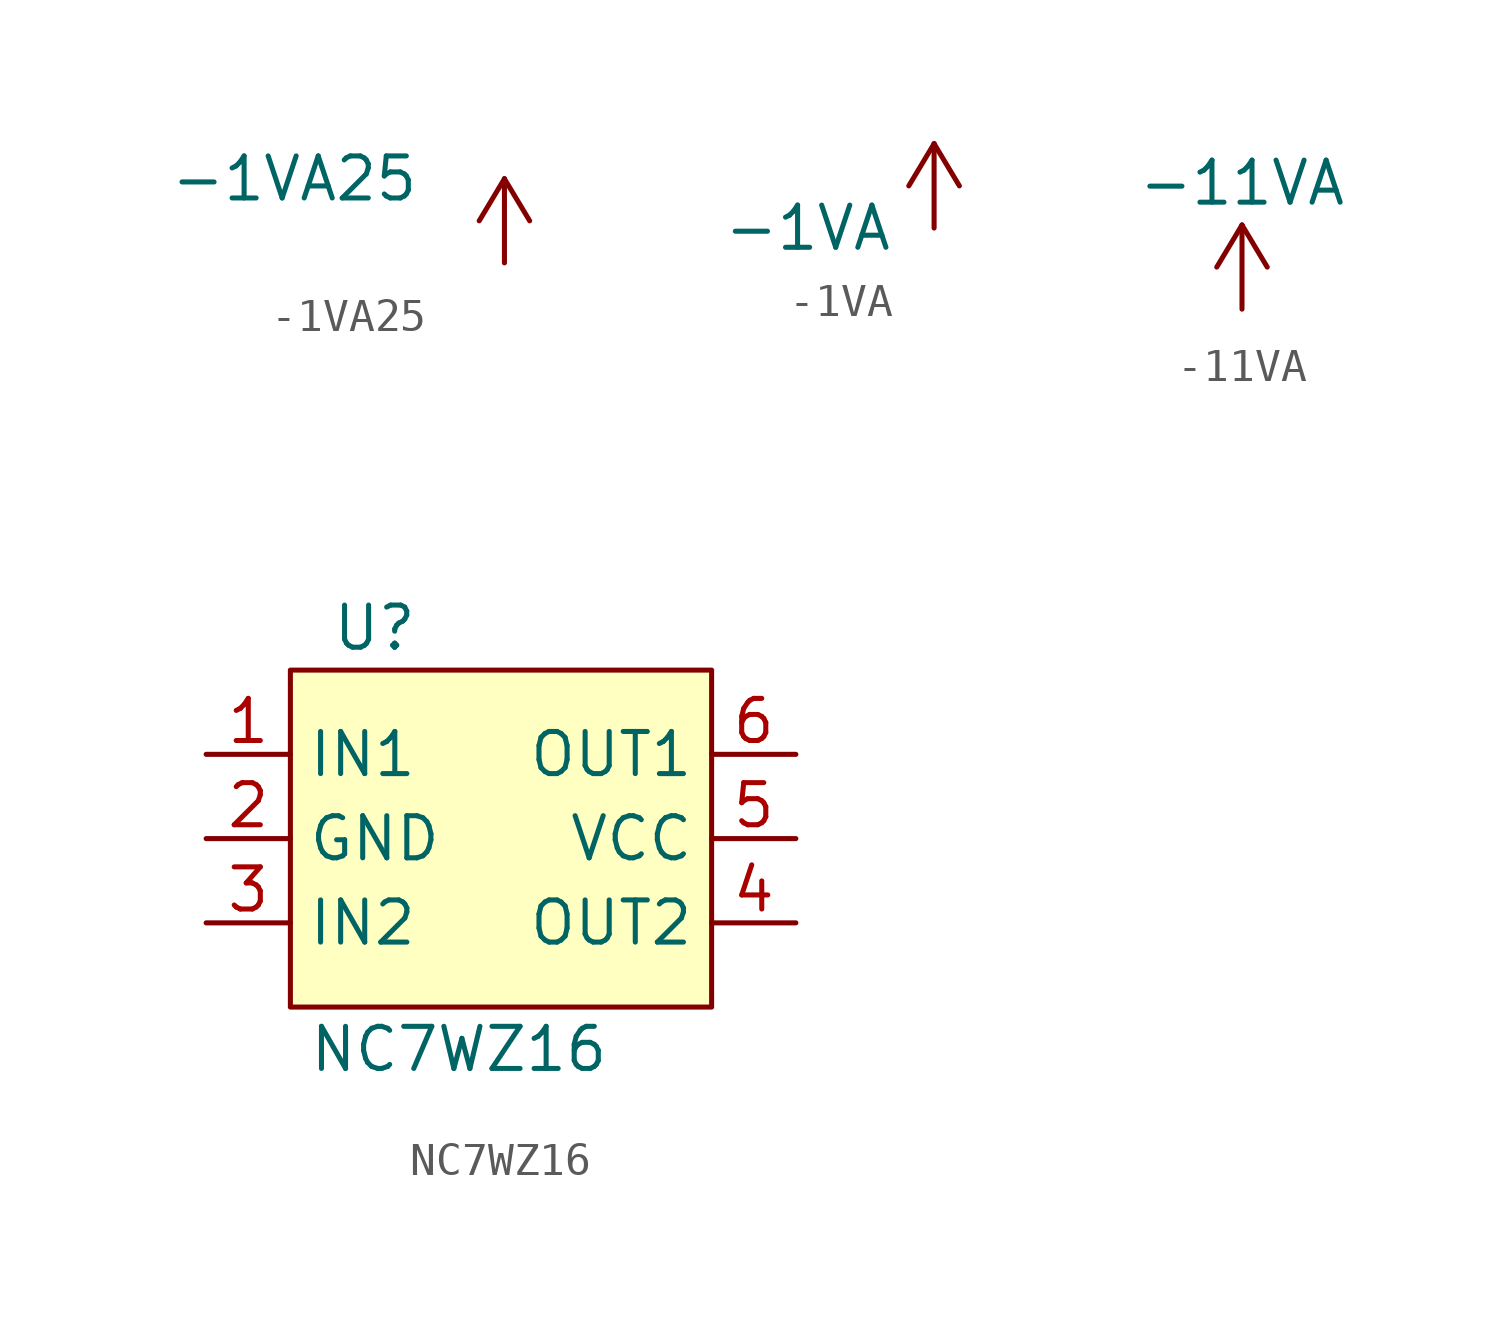
<source format=kicad_sym>
(kicad_symbol_lib
  (version 20231120)
  (generator "kicad_symbol_editor")
  (generator_version "8.0")
  (symbol "-1VA25"
    (power)
    (property "Reference" "#PWR"
      (at -5.08 0 0)
      (effects (font (size 1.27 1.27)) (hide yes)))
    (property "Value" "-1VA25"
      (at -6.35 2.54 0)
      (effects (font (size 1.27 1.27))))
    (symbol "-1VA25_0_1"
      (polyline (pts (xy -0.762 1.27) (xy 0 2.54)) (stroke (width 0) (type default)) (fill (type none)))
      (polyline (pts (xy 0 0) (xy 0 2.54)) (stroke (width 0) (type default)) (fill (type none)))
      (polyline (pts (xy 0 2.54) (xy 0.762 1.27)) (stroke (width 0) (type default)) (fill (type none))))
    (symbol "-1VA25_1_1"
      (pin power_in line (at 0 0 90) (length 0) hide (name "-1VA25" (effects (font (size 1.27 1.27)))) (number "1" (effects (font (size 1.27 1.27)))))))
  (symbol "-1VA"
    (property "Reference" "#PWR"
      (at 5.08 1.27 0)
      (effects (font (size 1.27 1.27)) (hide yes)))
    (property "Value" "-1VA"
      (at -3.81 0 0)
      (effects (font (size 1.27 1.27))))
    (symbol "-1VA_0_1"
      (polyline (pts (xy -0.762 1.27) (xy 0 2.54)) (stroke (width 0) (type default)) (fill (type none)))
      (polyline (pts (xy 0 0) (xy 0 2.54)) (stroke (width 0) (type default)) (fill (type none)))
      (polyline (pts (xy 0 2.54) (xy 0.762 1.27)) (stroke (width 0) (type default)) (fill (type none))))
    (symbol "-1VA_1_1"
      (pin power_in line (at 0 0 90) (length 0) hide (name "-1VA" (effects (font (size 1.27 1.27)))) (number "1" (effects (font (size 1.27 1.27)))))))
  (symbol "-11VA"
    (power)
    (property "Reference" "#PWR"
      (at -5.08 0 0)
      (effects (font (size 1.27 1.27)) (hide yes)))
    (property "Value" "-11VA"
      (at 0 3.81 0)
      (effects (font (size 1.27 1.27))))
    (symbol "-11VA_0_1"
      (polyline (pts (xy -0.762 1.27) (xy 0 2.54)) (stroke (width 0) (type default)) (fill (type none)))
      (polyline (pts (xy 0 0) (xy 0 2.54)) (stroke (width 0) (type default)) (fill (type none)))
      (polyline (pts (xy 0 2.54) (xy 0.762 1.27)) (stroke (width 0) (type default)) (fill (type none))))
    (symbol "-11VA_1_1"
      (pin power_in line (at 0 0 90) (length 0) hide (name "-11VA" (effects (font (size 1.27 1.27)))) (number "1" (effects (font (size 1.27 1.27)))))))
  (symbol "NC7WZ16"
    (property "Reference" "U"
      (at 0 3.81 0)
      (effects (font (size 1.27 1.27))))
    (property "Value" "NC7WZ16"
      (at 2.54 -8.89 0)
      (effects (font (size 1.27 1.27))))
    (symbol "NC7WZ16_1_1"
      (rectangle (start -2.54 2.54) (end 10.16 -7.62) (stroke (width 0) (type default)) (fill (type background)))
      (pin input line (at -5.08 0 0) (length 2.54) (name "IN1" (effects (font (size 1.27 1.27)))) (number "1" (effects (font (size 1.27 1.27)))))
      (pin power_in line (at -5.08 -2.54 0) (length 2.54) (name "GND" (effects (font (size 1.27 1.27)))) (number "2" (effects (font (size 1.27 1.27)))))
      (pin input line (at -5.08 -5.08 0) (length 2.54) (name "IN2" (effects (font (size 1.27 1.27)))) (number "3" (effects (font (size 1.27 1.27)))))
      (pin output line (at 12.7 -5.08 180) (length 2.54) (name "OUT2" (effects (font (size 1.27 1.27)))) (number "4" (effects (font (size 1.27 1.27)))))
      (pin power_in line (at 12.7 -2.54 180) (length 2.54) (name "VCC" (effects (font (size 1.27 1.27)))) (number "5" (effects (font (size 1.27 1.27)))))
      (pin output line (at 12.7 0 180) (length 2.54) (name "OUT1" (effects (font (size 1.27 1.27)))) (number "6" (effects (font (size 1.27 1.27))))))))
</source>
